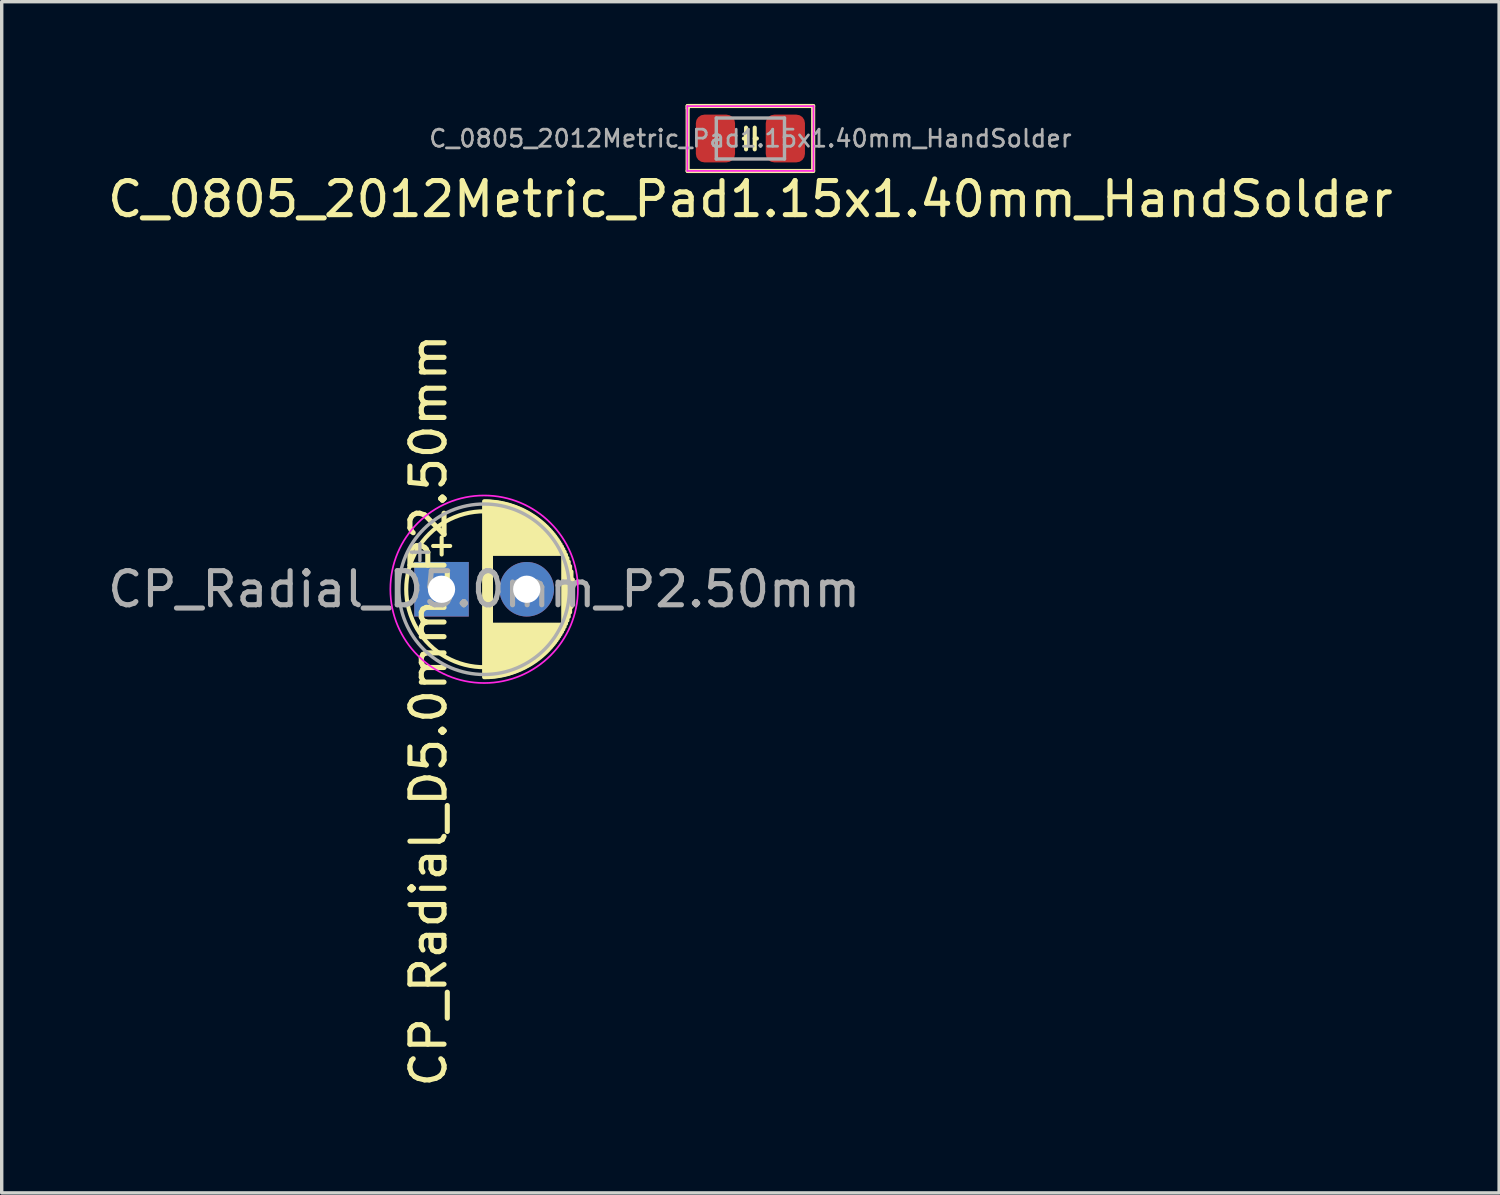
<source format=kicad_pcb>
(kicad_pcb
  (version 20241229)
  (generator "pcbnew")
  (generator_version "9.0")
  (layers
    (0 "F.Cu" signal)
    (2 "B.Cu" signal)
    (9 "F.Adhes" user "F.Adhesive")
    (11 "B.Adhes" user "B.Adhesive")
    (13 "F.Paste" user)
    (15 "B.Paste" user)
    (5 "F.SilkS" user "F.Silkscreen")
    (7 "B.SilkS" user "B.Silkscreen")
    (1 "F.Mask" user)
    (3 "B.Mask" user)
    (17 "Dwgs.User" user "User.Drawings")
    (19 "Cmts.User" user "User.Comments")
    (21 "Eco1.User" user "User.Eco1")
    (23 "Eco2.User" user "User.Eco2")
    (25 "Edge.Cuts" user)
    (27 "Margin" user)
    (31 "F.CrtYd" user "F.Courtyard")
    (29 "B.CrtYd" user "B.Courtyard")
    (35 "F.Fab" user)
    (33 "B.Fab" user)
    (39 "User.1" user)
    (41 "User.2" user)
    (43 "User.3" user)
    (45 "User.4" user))
  (footprint "C_0805_2012Metric_Pad1.15x1.40mm_HandSolder"
    (layer "F.Cu")
    (at 18.958 1.012)
    (property "Reference" "C_0805_2012Metric_Pad1.15x1.40mm_HandSolder" (at 0 1.778 0) (layer "F.SilkS") (effects (font (size 1 1) (thickness 0.15))))
    (attr smd)
    (fp_line (start -1.841 -0.953) (end -1.841 -0.889) (stroke (width 0.12) (type solid)) (layer "F.SilkS"))
    (fp_line (start -1.841 -0.889) (end -1.841 0.953) (stroke (width 0.12) (type solid)) (layer "F.SilkS"))
    (fp_line (start -1.841 0.953) (end 1.841 0.953) (stroke (width 0.12) (type solid)) (layer "F.SilkS"))
    (fp_line (start -0.127 -0.318) (end -0.127 0.318) (stroke (width 0.12) (type solid)) (layer "F.SilkS"))
    (fp_line (start -0.127 0) (end -0.191 0) (stroke (width 0.12) (type solid)) (layer "F.SilkS"))
    (fp_line (start 0.127 0) (end 0.191 0) (stroke (width 0.12) (type solid)) (layer "F.SilkS"))
    (fp_line (start 0.127 0.318) (end 0.127 -0.318) (stroke (width 0.12) (type solid)) (layer "F.SilkS"))
    (fp_line (start 1.841 -0.953) (end -1.841 -0.953) (stroke (width 0.12) (type solid)) (layer "F.SilkS"))
    (fp_line (start 1.841 0.953) (end 1.841 -0.953) (stroke (width 0.12) (type solid)) (layer "F.SilkS"))
    (fp_line (start -1.85 -0.95) (end 1.85 -0.95) (stroke (width 0.05) (type solid)) (layer "F.CrtYd"))
    (fp_line (start -1.85 0.95) (end -1.85 -0.95) (stroke (width 0.05) (type solid)) (layer "F.CrtYd"))
    (fp_line (start 1.85 -0.95) (end 1.85 0.95) (stroke (width 0.05) (type solid)) (layer "F.CrtYd"))
    (fp_line (start 1.85 0.95) (end -1.85 0.95) (stroke (width 0.05) (type solid)) (layer "F.CrtYd"))
    (fp_line (start -1 -0.6) (end 1 -0.6) (stroke (width 0.1) (type solid)) (layer "F.Fab"))
    (fp_line (start -1 0.6) (end -1 -0.6) (stroke (width 0.1) (type solid)) (layer "F.Fab"))
    (fp_line (start 1 -0.6) (end 1 0.6) (stroke (width 0.1) (type solid)) (layer "F.Fab"))
    (fp_line (start 1 0.6) (end -1 0.6) (stroke (width 0.1) (type solid)) (layer "F.Fab"))
    (fp_text user "${REFERENCE}" (at 0 0 0) (layer "F.Fab") (effects (font (size 0.5 0.5) (thickness 0.08))))
    (pad "1" smd roundrect (at -1.025 0) (size 1.15 1.4) (layers "F.Cu" "F.Mask" "F.Paste") (roundrect_rratio 0.217))
    (pad "2" smd roundrect (at 1.025 0) (size 1.15 1.4) (layers "F.Cu" "F.Mask" "F.Paste") (roundrect_rratio 0.217)))
  (footprint "CP_Radial_D5.0mm_P2.50mm"
    (layer "F.Cu")
    (at 9.899 14.232)
    (property "Reference" "CP_Radial_D5.0mm_P2.50mm" (at -0.381 3.556 90) (layer "F.SilkS") (effects (font (size 1 1) (thickness 0.15))))
    (attr through_hole)
    (fp_line (start -0.246 -1.27) (end 0.254 -1.27) (stroke (width 0.12) (type solid)) (layer "F.SilkS"))
    (fp_line (start 0.004 -1.52) (end 0.004 -1.02) (stroke (width 0.12) (type solid)) (layer "F.SilkS"))
    (fp_line (start 1.25 -2.58) (end 1.25 2.58) (stroke (width 0.12) (type solid)) (layer "F.SilkS"))
    (fp_line (start 1.29 -2.58) (end 1.29 2.58) (stroke (width 0.12) (type solid)) (layer "F.SilkS"))
    (fp_line (start 1.33 -2.579) (end 1.33 2.579) (stroke (width 0.12) (type solid)) (layer "F.SilkS"))
    (fp_line (start 1.37 -2.578) (end 1.37 2.578) (stroke (width 0.12) (type solid)) (layer "F.SilkS"))
    (fp_line (start 1.41 -2.576) (end 1.41 2.576) (stroke (width 0.12) (type solid)) (layer "F.SilkS"))
    (fp_line (start 1.45 -2.573) (end 1.45 2.573) (stroke (width 0.12) (type solid)) (layer "F.SilkS"))
    (fp_line (start 1.49 -2.569) (end 1.49 -1.04) (stroke (width 0.12) (type solid)) (layer "F.SilkS"))
    (fp_line (start 1.49 1.04) (end 1.49 2.569) (stroke (width 0.12) (type solid)) (layer "F.SilkS"))
    (fp_line (start 1.53 -2.565) (end 1.53 -1.04) (stroke (width 0.12) (type solid)) (layer "F.SilkS"))
    (fp_line (start 1.53 1.04) (end 1.53 2.565) (stroke (width 0.12) (type solid)) (layer "F.SilkS"))
    (fp_line (start 1.57 -2.561) (end 1.57 -1.04) (stroke (width 0.12) (type solid)) (layer "F.SilkS"))
    (fp_line (start 1.57 1.04) (end 1.57 2.561) (stroke (width 0.12) (type solid)) (layer "F.SilkS"))
    (fp_line (start 1.61 -2.556) (end 1.61 -1.04) (stroke (width 0.12) (type solid)) (layer "F.SilkS"))
    (fp_line (start 1.61 1.04) (end 1.61 2.556) (stroke (width 0.12) (type solid)) (layer "F.SilkS"))
    (fp_line (start 1.65 -2.55) (end 1.65 -1.04) (stroke (width 0.12) (type solid)) (layer "F.SilkS"))
    (fp_line (start 1.65 1.04) (end 1.65 2.55) (stroke (width 0.12) (type solid)) (layer "F.SilkS"))
    (fp_line (start 1.69 -2.543) (end 1.69 -1.04) (stroke (width 0.12) (type solid)) (layer "F.SilkS"))
    (fp_line (start 1.69 1.04) (end 1.69 2.543) (stroke (width 0.12) (type solid)) (layer "F.SilkS"))
    (fp_line (start 1.73 -2.536) (end 1.73 -1.04) (stroke (width 0.12) (type solid)) (layer "F.SilkS"))
    (fp_line (start 1.73 1.04) (end 1.73 2.536) (stroke (width 0.12) (type solid)) (layer "F.SilkS"))
    (fp_line (start 1.77 -2.528) (end 1.77 -1.04) (stroke (width 0.12) (type solid)) (layer "F.SilkS"))
    (fp_line (start 1.77 1.04) (end 1.77 2.528) (stroke (width 0.12) (type solid)) (layer "F.SilkS"))
    (fp_line (start 1.81 -2.52) (end 1.81 -1.04) (stroke (width 0.12) (type solid)) (layer "F.SilkS"))
    (fp_line (start 1.81 1.04) (end 1.81 2.52) (stroke (width 0.12) (type solid)) (layer "F.SilkS"))
    (fp_line (start 1.85 -2.511) (end 1.85 -1.04) (stroke (width 0.12) (type solid)) (layer "F.SilkS"))
    (fp_line (start 1.85 1.04) (end 1.85 2.511) (stroke (width 0.12) (type solid)) (layer "F.SilkS"))
    (fp_line (start 1.89 -2.501) (end 1.89 -1.04) (stroke (width 0.12) (type solid)) (layer "F.SilkS"))
    (fp_line (start 1.89 1.04) (end 1.89 2.501) (stroke (width 0.12) (type solid)) (layer "F.SilkS"))
    (fp_line (start 1.93 -2.491) (end 1.93 -1.04) (stroke (width 0.12) (type solid)) (layer "F.SilkS"))
    (fp_line (start 1.93 1.04) (end 1.93 2.491) (stroke (width 0.12) (type solid)) (layer "F.SilkS"))
    (fp_line (start 1.971 -2.48) (end 1.971 -1.04) (stroke (width 0.12) (type solid)) (layer "F.SilkS"))
    (fp_line (start 1.971 1.04) (end 1.971 2.48) (stroke (width 0.12) (type solid)) (layer "F.SilkS"))
    (fp_line (start 2.011 -2.468) (end 2.011 -1.04) (stroke (width 0.12) (type solid)) (layer "F.SilkS"))
    (fp_line (start 2.011 1.04) (end 2.011 2.468) (stroke (width 0.12) (type solid)) (layer "F.SilkS"))
    (fp_line (start 2.051 -2.455) (end 2.051 -1.04) (stroke (width 0.12) (type solid)) (layer "F.SilkS"))
    (fp_line (start 2.051 1.04) (end 2.051 2.455) (stroke (width 0.12) (type solid)) (layer "F.SilkS"))
    (fp_line (start 2.091 -2.442) (end 2.091 -1.04) (stroke (width 0.12) (type solid)) (layer "F.SilkS"))
    (fp_line (start 2.091 1.04) (end 2.091 2.442) (stroke (width 0.12) (type solid)) (layer "F.SilkS"))
    (fp_line (start 2.131 -2.428) (end 2.131 -1.04) (stroke (width 0.12) (type solid)) (layer "F.SilkS"))
    (fp_line (start 2.131 1.04) (end 2.131 2.428) (stroke (width 0.12) (type solid)) (layer "F.SilkS"))
    (fp_line (start 2.171 -2.414) (end 2.171 -1.04) (stroke (width 0.12) (type solid)) (layer "F.SilkS"))
    (fp_line (start 2.171 1.04) (end 2.171 2.414) (stroke (width 0.12) (type solid)) (layer "F.SilkS"))
    (fp_line (start 2.211 -2.398) (end 2.211 -1.04) (stroke (width 0.12) (type solid)) (layer "F.SilkS"))
    (fp_line (start 2.211 1.04) (end 2.211 2.398) (stroke (width 0.12) (type solid)) (layer "F.SilkS"))
    (fp_line (start 2.251 -2.382) (end 2.251 -1.04) (stroke (width 0.12) (type solid)) (layer "F.SilkS"))
    (fp_line (start 2.251 1.04) (end 2.251 2.382) (stroke (width 0.12) (type solid)) (layer "F.SilkS"))
    (fp_line (start 2.291 -2.365) (end 2.291 -1.04) (stroke (width 0.12) (type solid)) (layer "F.SilkS"))
    (fp_line (start 2.291 1.04) (end 2.291 2.365) (stroke (width 0.12) (type solid)) (layer "F.SilkS"))
    (fp_line (start 2.331 -2.348) (end 2.331 -1.04) (stroke (width 0.12) (type solid)) (layer "F.SilkS"))
    (fp_line (start 2.331 1.04) (end 2.331 2.348) (stroke (width 0.12) (type solid)) (layer "F.SilkS"))
    (fp_line (start 2.371 -2.329) (end 2.371 -1.04) (stroke (width 0.12) (type solid)) (layer "F.SilkS"))
    (fp_line (start 2.371 1.04) (end 2.371 2.329) (stroke (width 0.12) (type solid)) (layer "F.SilkS"))
    (fp_line (start 2.411 -2.31) (end 2.411 -1.04) (stroke (width 0.12) (type solid)) (layer "F.SilkS"))
    (fp_line (start 2.411 1.04) (end 2.411 2.31) (stroke (width 0.12) (type solid)) (layer "F.SilkS"))
    (fp_line (start 2.451 -2.29) (end 2.451 -1.04) (stroke (width 0.12) (type solid)) (layer "F.SilkS"))
    (fp_line (start 2.451 1.04) (end 2.451 2.29) (stroke (width 0.12) (type solid)) (layer "F.SilkS"))
    (fp_line (start 2.491 -2.268) (end 2.491 -1.04) (stroke (width 0.12) (type solid)) (layer "F.SilkS"))
    (fp_line (start 2.491 1.04) (end 2.491 2.268) (stroke (width 0.12) (type solid)) (layer "F.SilkS"))
    (fp_line (start 2.531 -2.247) (end 2.531 -1.04) (stroke (width 0.12) (type solid)) (layer "F.SilkS"))
    (fp_line (start 2.531 1.04) (end 2.531 2.247) (stroke (width 0.12) (type solid)) (layer "F.SilkS"))
    (fp_line (start 2.571 -2.224) (end 2.571 -1.04) (stroke (width 0.12) (type solid)) (layer "F.SilkS"))
    (fp_line (start 2.571 1.04) (end 2.571 2.224) (stroke (width 0.12) (type solid)) (layer "F.SilkS"))
    (fp_line (start 2.611 -2.2) (end 2.611 -1.04) (stroke (width 0.12) (type solid)) (layer "F.SilkS"))
    (fp_line (start 2.611 1.04) (end 2.611 2.2) (stroke (width 0.12) (type solid)) (layer "F.SilkS"))
    (fp_line (start 2.651 -2.175) (end 2.651 -1.04) (stroke (width 0.12) (type solid)) (layer "F.SilkS"))
    (fp_line (start 2.651 1.04) (end 2.651 2.175) (stroke (width 0.12) (type solid)) (layer "F.SilkS"))
    (fp_line (start 2.691 -2.149) (end 2.691 -1.04) (stroke (width 0.12) (type solid)) (layer "F.SilkS"))
    (fp_line (start 2.691 1.04) (end 2.691 2.149) (stroke (width 0.12) (type solid)) (layer "F.SilkS"))
    (fp_line (start 2.731 -2.122) (end 2.731 -1.04) (stroke (width 0.12) (type solid)) (layer "F.SilkS"))
    (fp_line (start 2.731 1.04) (end 2.731 2.122) (stroke (width 0.12) (type solid)) (layer "F.SilkS"))
    (fp_line (start 2.771 -2.095) (end 2.771 -1.04) (stroke (width 0.12) (type solid)) (layer "F.SilkS"))
    (fp_line (start 2.771 1.04) (end 2.771 2.095) (stroke (width 0.12) (type solid)) (layer "F.SilkS"))
    (fp_line (start 2.811 -2.065) (end 2.811 -1.04) (stroke (width 0.12) (type solid)) (layer "F.SilkS"))
    (fp_line (start 2.811 1.04) (end 2.811 2.065) (stroke (width 0.12) (type solid)) (layer "F.SilkS"))
    (fp_line (start 2.851 -2.035) (end 2.851 -1.04) (stroke (width 0.12) (type solid)) (layer "F.SilkS"))
    (fp_line (start 2.851 1.04) (end 2.851 2.035) (stroke (width 0.12) (type solid)) (layer "F.SilkS"))
    (fp_line (start 2.891 -2.004) (end 2.891 -1.04) (stroke (width 0.12) (type solid)) (layer "F.SilkS"))
    (fp_line (start 2.891 1.04) (end 2.891 2.004) (stroke (width 0.12) (type solid)) (layer "F.SilkS"))
    (fp_line (start 2.931 -1.971) (end 2.931 -1.04) (stroke (width 0.12) (type solid)) (layer "F.SilkS"))
    (fp_line (start 2.931 1.04) (end 2.931 1.971) (stroke (width 0.12) (type solid)) (layer "F.SilkS"))
    (fp_line (start 2.971 -1.937) (end 2.971 -1.04) (stroke (width 0.12) (type solid)) (layer "F.SilkS"))
    (fp_line (start 2.971 1.04) (end 2.971 1.937) (stroke (width 0.12) (type solid)) (layer "F.SilkS"))
    (fp_line (start 3.011 -1.901) (end 3.011 -1.04) (stroke (width 0.12) (type solid)) (layer "F.SilkS"))
    (fp_line (start 3.011 1.04) (end 3.011 1.901) (stroke (width 0.12) (type solid)) (layer "F.SilkS"))
    (fp_line (start 3.051 -1.864) (end 3.051 -1.04) (stroke (width 0.12) (type solid)) (layer "F.SilkS"))
    (fp_line (start 3.051 1.04) (end 3.051 1.864) (stroke (width 0.12) (type solid)) (layer "F.SilkS"))
    (fp_line (start 3.091 -1.826) (end 3.091 -1.04) (stroke (width 0.12) (type solid)) (layer "F.SilkS"))
    (fp_line (start 3.091 1.04) (end 3.091 1.826) (stroke (width 0.12) (type solid)) (layer "F.SilkS"))
    (fp_line (start 3.131 -1.785) (end 3.131 -1.04) (stroke (width 0.12) (type solid)) (layer "F.SilkS"))
    (fp_line (start 3.131 1.04) (end 3.131 1.785) (stroke (width 0.12) (type solid)) (layer "F.SilkS"))
    (fp_line (start 3.171 -1.743) (end 3.171 -1.04) (stroke (width 0.12) (type solid)) (layer "F.SilkS"))
    (fp_line (start 3.171 1.04) (end 3.171 1.743) (stroke (width 0.12) (type solid)) (layer "F.SilkS"))
    (fp_line (start 3.211 -1.699) (end 3.211 -1.04) (stroke (width 0.12) (type solid)) (layer "F.SilkS"))
    (fp_line (start 3.211 1.04) (end 3.211 1.699) (stroke (width 0.12) (type solid)) (layer "F.SilkS"))
    (fp_line (start 3.251 -1.653) (end 3.251 -1.04) (stroke (width 0.12) (type solid)) (layer "F.SilkS"))
    (fp_line (start 3.251 1.04) (end 3.251 1.653) (stroke (width 0.12) (type solid)) (layer "F.SilkS"))
    (fp_line (start 3.291 -1.605) (end 3.291 -1.04) (stroke (width 0.12) (type solid)) (layer "F.SilkS"))
    (fp_line (start 3.291 1.04) (end 3.291 1.605) (stroke (width 0.12) (type solid)) (layer "F.SilkS"))
    (fp_line (start 3.331 -1.554) (end 3.331 -1.04) (stroke (width 0.12) (type solid)) (layer "F.SilkS"))
    (fp_line (start 3.331 1.04) (end 3.331 1.554) (stroke (width 0.12) (type solid)) (layer "F.SilkS"))
    (fp_line (start 3.371 -1.5) (end 3.371 -1.04) (stroke (width 0.12) (type solid)) (layer "F.SilkS"))
    (fp_line (start 3.371 1.04) (end 3.371 1.5) (stroke (width 0.12) (type solid)) (layer "F.SilkS"))
    (fp_line (start 3.411 -1.443) (end 3.411 -1.04) (stroke (width 0.12) (type solid)) (layer "F.SilkS"))
    (fp_line (start 3.411 1.04) (end 3.411 1.443) (stroke (width 0.12) (type solid)) (layer "F.SilkS"))
    (fp_line (start 3.451 -1.383) (end 3.451 -1.04) (stroke (width 0.12) (type solid)) (layer "F.SilkS"))
    (fp_line (start 3.451 1.04) (end 3.451 1.383) (stroke (width 0.12) (type solid)) (layer "F.SilkS"))
    (fp_line (start 3.491 -1.319) (end 3.491 -1.04) (stroke (width 0.12) (type solid)) (layer "F.SilkS"))
    (fp_line (start 3.491 1.04) (end 3.491 1.319) (stroke (width 0.12) (type solid)) (layer "F.SilkS"))
    (fp_line (start 3.531 -1.251) (end 3.531 -1.04) (stroke (width 0.12) (type solid)) (layer "F.SilkS"))
    (fp_line (start 3.531 1.04) (end 3.531 1.251) (stroke (width 0.12) (type solid)) (layer "F.SilkS"))
    (fp_line (start 3.571 -1.178) (end 3.571 1.178) (stroke (width 0.12) (type solid)) (layer "F.SilkS"))
    (fp_line (start 3.611 -1.098) (end 3.611 1.098) (stroke (width 0.12) (type solid)) (layer "F.SilkS"))
    (fp_line (start 3.651 -1.011) (end 3.651 1.011) (stroke (width 0.12) (type solid)) (layer "F.SilkS"))
    (fp_line (start 3.691 -0.915) (end 3.691 0.915) (stroke (width 0.12) (type solid)) (layer "F.SilkS"))
    (fp_line (start 3.731 -0.805) (end 3.731 0.805) (stroke (width 0.12) (type solid)) (layer "F.SilkS"))
    (fp_line (start 3.771 -0.677) (end 3.771 0.677) (stroke (width 0.12) (type solid)) (layer "F.SilkS"))
    (fp_line (start 3.811 -0.518) (end 3.811 0.518) (stroke (width 0.12) (type solid)) (layer "F.SilkS"))
    (fp_line (start 3.851 -0.284) (end 3.851 0.284) (stroke (width 0.12) (type solid)) (layer "F.SilkS"))
    (fp_arc (start 1.282725 2.285852) (mid -1.036077 0.006363) (end 1.27 -2.285999) (stroke (width 0.12) (type default)) (layer "F.SilkS"))
    (fp_circle (center 1.25 0) (end 4 0) (stroke (width 0.05) (type solid)) (fill no) (layer "F.CrtYd"))
    (fp_line (start -0.884 -1.087) (end -0.384 -1.087) (stroke (width 0.1) (type solid)) (layer "F.Fab"))
    (fp_line (start -0.634 -1.337) (end -0.634 -0.838) (stroke (width 0.1) (type solid)) (layer "F.Fab"))
    (fp_circle (center 1.25 0) (end 3.75 0) (stroke (width 0.1) (type solid)) (fill no) (layer "F.Fab"))
    (fp_text user "${REFERENCE}" (at 1.25 0 180) (layer "F.Fab") (effects (font (size 1 1) (thickness 0.15))))
    (pad "1" thru_hole rect (at 0 0) (size 1.6 1.6) (drill 0.8) (layers "*.Cu" "*.Mask"))
    (pad "2" thru_hole circle (at 2.5 0) (size 1.6 1.6) (drill 0.8) (layers "*.Cu" "*.Mask")))
  (gr_rect
    (start -3 -3)
    (end 40.917 31.936)
    (stroke (width 0.1) (type default))
    (fill no)
    (layer "Edge.Cuts")))
</source>
